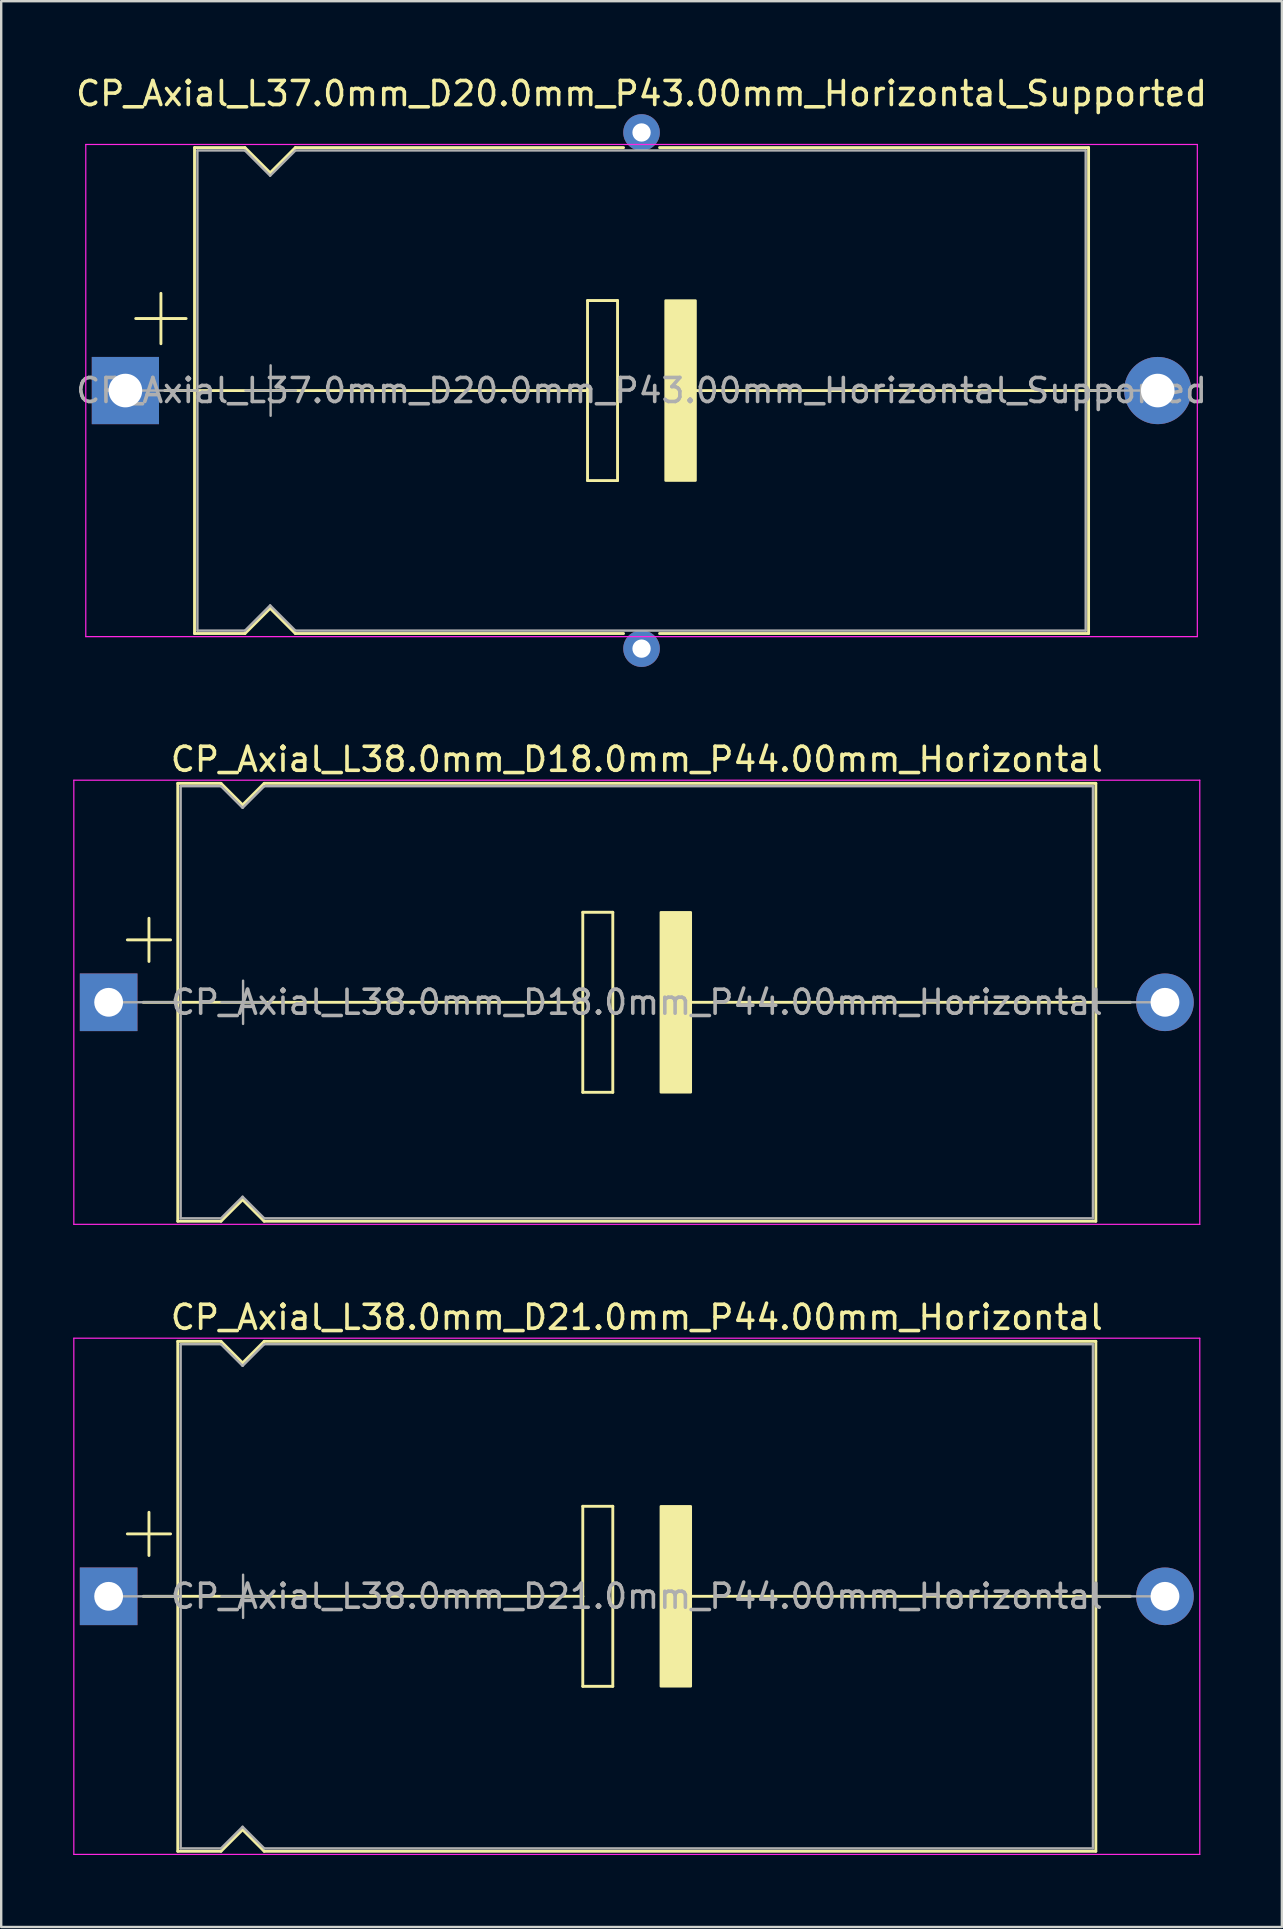
<source format=kicad_pcb>
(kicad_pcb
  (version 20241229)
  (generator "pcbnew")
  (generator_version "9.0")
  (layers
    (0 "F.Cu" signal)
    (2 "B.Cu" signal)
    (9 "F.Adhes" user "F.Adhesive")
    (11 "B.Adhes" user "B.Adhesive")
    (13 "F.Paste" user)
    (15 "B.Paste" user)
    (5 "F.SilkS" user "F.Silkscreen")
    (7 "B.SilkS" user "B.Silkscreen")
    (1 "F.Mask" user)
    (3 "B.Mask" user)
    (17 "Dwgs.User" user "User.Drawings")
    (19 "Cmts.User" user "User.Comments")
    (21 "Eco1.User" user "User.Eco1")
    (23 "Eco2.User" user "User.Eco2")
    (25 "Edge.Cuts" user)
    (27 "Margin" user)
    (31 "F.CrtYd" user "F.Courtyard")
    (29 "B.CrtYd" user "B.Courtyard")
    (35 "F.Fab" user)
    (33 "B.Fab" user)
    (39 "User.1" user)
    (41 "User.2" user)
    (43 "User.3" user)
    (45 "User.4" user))
  (footprint "CP_Axial_L38.0mm_D18.0mm_P44.00mm_Horizontal"
    (layer "F.Cu")
    (at 1.475 38.699)
    (property "Reference" "CP_Axial_L38.0mm_D18.0mm_P44.00mm_Horizontal" (at 22 -10.12 0) (layer "F.SilkS") (effects (font (size 1 1) (thickness 0.15))))
    (attr through_hole)
    (fp_line (start 0.78 -2.6) (end 2.58 -2.6) (stroke (width 0.12) (type solid)) (layer "F.SilkS"))
    (fp_line (start 1.44 0) (end 2.88 0) (stroke (width 0.12) (type solid)) (layer "F.SilkS"))
    (fp_line (start 1.68 -3.5) (end 1.68 -1.7) (stroke (width 0.12) (type solid)) (layer "F.SilkS"))
    (fp_line (start 2.88 -9.12) (end 2.88 9.12) (stroke (width 0.12) (type solid)) (layer "F.SilkS"))
    (fp_line (start 2.88 -9.12) (end 4.68 -9.12) (stroke (width 0.12) (type solid)) (layer "F.SilkS"))
    (fp_line (start 2.88 0) (end 19.75 0) (stroke (width 0.12) (type solid)) (layer "F.SilkS"))
    (fp_line (start 2.88 9.12) (end 4.68 9.12) (stroke (width 0.12) (type solid)) (layer "F.SilkS"))
    (fp_line (start 4.68 -9.12) (end 5.58 -8.22) (stroke (width 0.12) (type solid)) (layer "F.SilkS"))
    (fp_line (start 4.68 9.12) (end 5.58 8.22) (stroke (width 0.12) (type solid)) (layer "F.SilkS"))
    (fp_line (start 5.58 -8.22) (end 6.48 -9.12) (stroke (width 0.12) (type solid)) (layer "F.SilkS"))
    (fp_line (start 5.58 8.22) (end 6.48 9.12) (stroke (width 0.12) (type solid)) (layer "F.SilkS"))
    (fp_line (start 6.48 -9.12) (end 41.12 -9.12) (stroke (width 0.12) (type solid)) (layer "F.SilkS"))
    (fp_line (start 6.48 9.12) (end 41.12 9.12) (stroke (width 0.12) (type solid)) (layer "F.SilkS"))
    (fp_line (start 19.75 -3.75) (end 21 -3.75) (stroke (width 0.12) (type solid)) (layer "F.SilkS"))
    (fp_line (start 19.75 0) (end 19.75 -3.75) (stroke (width 0.12) (type solid)) (layer "F.SilkS"))
    (fp_line (start 19.75 3.75) (end 19.75 0) (stroke (width 0.12) (type solid)) (layer "F.SilkS"))
    (fp_line (start 21 -3.75) (end 21 3.75) (stroke (width 0.12) (type solid)) (layer "F.SilkS"))
    (fp_line (start 21 3.75) (end 19.75 3.75) (stroke (width 0.12) (type solid)) (layer "F.SilkS"))
    (fp_line (start 24.25 0) (end 41.12 0) (stroke (width 0.12) (type solid)) (layer "F.SilkS"))
    (fp_line (start 41.12 -9.12) (end 41.12 9.12) (stroke (width 0.12) (type solid)) (layer "F.SilkS"))
    (fp_line (start 42.56 0) (end 41.12 0) (stroke (width 0.12) (type solid)) (layer "F.SilkS"))
    (fp_poly (pts (xy 24.25 3.75) (xy 23 3.75) (xy 23 -3.75) (xy 24.25 -3.75)) (stroke (width 0.1) (type solid)) (fill yes) (layer "F.SilkS"))
    (fp_line (start -1.45 -9.25) (end -1.45 9.25) (stroke (width 0.05) (type solid)) (layer "F.CrtYd"))
    (fp_line (start -1.45 9.25) (end 45.45 9.25) (stroke (width 0.05) (type solid)) (layer "F.CrtYd"))
    (fp_line (start 45.45 -9.25) (end -1.45 -9.25) (stroke (width 0.05) (type solid)) (layer "F.CrtYd"))
    (fp_line (start 45.45 9.25) (end 45.45 -9.25) (stroke (width 0.05) (type solid)) (layer "F.CrtYd"))
    (fp_line (start 0 0) (end 3 0) (stroke (width 0.1) (type solid)) (layer "F.Fab"))
    (fp_line (start 3 -9) (end 3 9) (stroke (width 0.1) (type solid)) (layer "F.Fab"))
    (fp_line (start 3 -9) (end 4.68 -9) (stroke (width 0.1) (type solid)) (layer "F.Fab"))
    (fp_line (start 3 9) (end 4.68 9) (stroke (width 0.1) (type solid)) (layer "F.Fab"))
    (fp_line (start 4.68 -9) (end 5.58 -8.1) (stroke (width 0.1) (type solid)) (layer "F.Fab"))
    (fp_line (start 4.68 9) (end 5.58 8.1) (stroke (width 0.1) (type solid)) (layer "F.Fab"))
    (fp_line (start 4.7 0) (end 6.5 0) (stroke (width 0.1) (type solid)) (layer "F.Fab"))
    (fp_line (start 5.58 -8.1) (end 6.48 -9) (stroke (width 0.1) (type solid)) (layer "F.Fab"))
    (fp_line (start 5.58 8.1) (end 6.48 9) (stroke (width 0.1) (type solid)) (layer "F.Fab"))
    (fp_line (start 5.6 -0.9) (end 5.6 0.9) (stroke (width 0.1) (type solid)) (layer "F.Fab"))
    (fp_line (start 6.48 -9) (end 41 -9) (stroke (width 0.1) (type solid)) (layer "F.Fab"))
    (fp_line (start 6.48 9) (end 41 9) (stroke (width 0.1) (type solid)) (layer "F.Fab"))
    (fp_line (start 41 -9) (end 41 9) (stroke (width 0.1) (type solid)) (layer "F.Fab"))
    (fp_line (start 44 0) (end 41 0) (stroke (width 0.1) (type solid)) (layer "F.Fab"))
    (fp_text user "${REFERENCE}" (at 22 0 0) (layer "F.Fab") (effects (font (size 1 1) (thickness 0.15))))
    (pad "1" thru_hole rect (at 0 0) (size 2.4 2.4) (drill 1.2) (layers "*.Cu" "*.Mask"))
    (pad "2" thru_hole oval (at 44 0) (size 2.4 2.4) (drill 1.2) (layers "*.Cu" "*.Mask")))
  (footprint "CP_Axial_L37.0mm_D20.0mm_P43.00mm_Horizontal_Supported"
    (layer "F.Cu")
    (at 2.173 13.218)
    (property "Reference" "CP_Axial_L37.0mm_D20.0mm_P43.00mm_Horizontal_Supported" (at 21.5 -12.37 0) (layer "F.SilkS") (effects (font (size 1 1) (thickness 0.15))))
    (attr through_hole)
    (fp_line (start 0.43 -3) (end 2.53 -3) (stroke (width 0.12) (type solid)) (layer "F.SilkS"))
    (fp_line (start 1.48 -4.05) (end 1.48 -1.95) (stroke (width 0.12) (type solid)) (layer "F.SilkS"))
    (fp_line (start 1.64 0) (end 2.88 0) (stroke (width 0.12) (type solid)) (layer "F.SilkS"))
    (fp_line (start 2.88 -10.12) (end 2.88 10.12) (stroke (width 0.12) (type solid)) (layer "F.SilkS"))
    (fp_line (start 2.88 -10.12) (end 4.98 -10.12) (stroke (width 0.12) (type solid)) (layer "F.SilkS"))
    (fp_line (start 2.88 0) (end 19.25 0) (stroke (width 0.12) (type solid)) (layer "F.SilkS"))
    (fp_line (start 2.88 10.12) (end 4.98 10.12) (stroke (width 0.12) (type solid)) (layer "F.SilkS"))
    (fp_line (start 4.98 -10.12) (end 6.03 -9.07) (stroke (width 0.12) (type solid)) (layer "F.SilkS"))
    (fp_line (start 4.98 10.12) (end 6.03 9.07) (stroke (width 0.12) (type solid)) (layer "F.SilkS"))
    (fp_line (start 6.03 -9.07) (end 7.08 -10.12) (stroke (width 0.12) (type solid)) (layer "F.SilkS"))
    (fp_line (start 6.03 9.07) (end 7.08 10.12) (stroke (width 0.12) (type solid)) (layer "F.SilkS"))
    (fp_line (start 7.08 -10.12) (end 20.75 -10.12) (stroke (width 0.12) (type solid)) (layer "F.SilkS"))
    (fp_line (start 7.08 10.12) (end 20.75 10.12) (stroke (width 0.12) (type solid)) (layer "F.SilkS"))
    (fp_line (start 19.25 -3.75) (end 20.5 -3.75) (stroke (width 0.12) (type solid)) (layer "F.SilkS"))
    (fp_line (start 19.25 0) (end 19.25 -3.75) (stroke (width 0.12) (type solid)) (layer "F.SilkS"))
    (fp_line (start 19.25 3.75) (end 19.25 0) (stroke (width 0.12) (type solid)) (layer "F.SilkS"))
    (fp_line (start 20.5 -3.75) (end 20.5 3.75) (stroke (width 0.12) (type solid)) (layer "F.SilkS"))
    (fp_line (start 20.5 3.75) (end 19.25 3.75) (stroke (width 0.12) (type solid)) (layer "F.SilkS"))
    (fp_line (start 22.25 -10.12) (end 40.12 -10.12) (stroke (width 0.12) (type solid)) (layer "F.SilkS"))
    (fp_line (start 22.25 10.12) (end 40.12 10.12) (stroke (width 0.12) (type solid)) (layer "F.SilkS"))
    (fp_line (start 23.75 0) (end 40.12 0) (stroke (width 0.12) (type solid)) (layer "F.SilkS"))
    (fp_line (start 40.12 -10.12) (end 40.12 10.12) (stroke (width 0.12) (type solid)) (layer "F.SilkS"))
    (fp_line (start 41.36 0) (end 40.12 0) (stroke (width 0.12) (type solid)) (layer "F.SilkS"))
    (fp_poly (pts (xy 23.75 3.75) (xy 22.5 3.75) (xy 22.5 -3.75) (xy 23.75 -3.75)) (stroke (width 0.1) (type solid)) (fill yes) (layer "F.SilkS"))
    (fp_line (start -1.65 -10.25) (end -1.65 10.25) (stroke (width 0.05) (type solid)) (layer "F.CrtYd"))
    (fp_line (start -1.65 10.25) (end 44.65 10.25) (stroke (width 0.05) (type solid)) (layer "F.CrtYd"))
    (fp_line (start 44.65 -10.25) (end -1.65 -10.25) (stroke (width 0.05) (type solid)) (layer "F.CrtYd"))
    (fp_line (start 44.65 10.25) (end 44.65 -10.25) (stroke (width 0.05) (type solid)) (layer "F.CrtYd"))
    (fp_line (start 0 0) (end 3 0) (stroke (width 0.1) (type solid)) (layer "F.Fab"))
    (fp_line (start 3 -10) (end 3 10) (stroke (width 0.1) (type solid)) (layer "F.Fab"))
    (fp_line (start 3 -10) (end 4.98 -10) (stroke (width 0.1) (type solid)) (layer "F.Fab"))
    (fp_line (start 3 10) (end 4.98 10) (stroke (width 0.1) (type solid)) (layer "F.Fab"))
    (fp_line (start 4.98 -10) (end 6.03 -8.95) (stroke (width 0.1) (type solid)) (layer "F.Fab"))
    (fp_line (start 4.98 10) (end 6.03 8.95) (stroke (width 0.1) (type solid)) (layer "F.Fab"))
    (fp_line (start 5 0) (end 7.1 0) (stroke (width 0.1) (type solid)) (layer "F.Fab"))
    (fp_line (start 6.03 -8.95) (end 7.08 -10) (stroke (width 0.1) (type solid)) (layer "F.Fab"))
    (fp_line (start 6.03 8.95) (end 7.08 10) (stroke (width 0.1) (type solid)) (layer "F.Fab"))
    (fp_line (start 6.05 -1.05) (end 6.05 1.05) (stroke (width 0.1) (type solid)) (layer "F.Fab"))
    (fp_line (start 7.08 -10) (end 40 -10) (stroke (width 0.1) (type solid)) (layer "F.Fab"))
    (fp_line (start 7.08 10) (end 40 10) (stroke (width 0.1) (type solid)) (layer "F.Fab"))
    (fp_line (start 40 -10) (end 40 10) (stroke (width 0.1) (type solid)) (layer "F.Fab"))
    (fp_line (start 43 0) (end 40 0) (stroke (width 0.1) (type solid)) (layer "F.Fab"))
    (fp_text user "${REFERENCE}" (at 21.5 0 0) (layer "F.Fab") (effects (font (size 1 1) (thickness 0.15))))
    (pad "" thru_hole circle (at 21.5 -10.75) (size 1.524 1.524) (drill 0.762) (layers "*.Cu" "*.Mask"))
    (pad "" thru_hole circle (at 21.5 10.75) (size 1.524 1.524) (drill 0.762) (layers "*.Cu" "*.Mask"))
    (pad "1" thru_hole rect (at 0 0) (size 2.8 2.8) (drill 1.4) (layers "*.Cu" "*.Mask"))
    (pad "2" thru_hole oval (at 43 0) (size 2.8 2.8) (drill 1.4) (layers "*.Cu" "*.Mask")))
  (footprint "CP_Axial_L38.0mm_D21.0mm_P44.00mm_Horizontal"
    (layer "F.Cu")
    (at 1.475 63.442)
    (property "Reference" "CP_Axial_L38.0mm_D21.0mm_P44.00mm_Horizontal" (at 22 -11.62 0) (layer "F.SilkS") (effects (font (size 1 1) (thickness 0.15))))
    (attr through_hole)
    (fp_line (start 0.78 -2.6) (end 2.58 -2.6) (stroke (width 0.12) (type solid)) (layer "F.SilkS"))
    (fp_line (start 1.44 0) (end 2.88 0) (stroke (width 0.12) (type solid)) (layer "F.SilkS"))
    (fp_line (start 1.68 -3.5) (end 1.68 -1.7) (stroke (width 0.12) (type solid)) (layer "F.SilkS"))
    (fp_line (start 2.88 -10.62) (end 2.88 10.62) (stroke (width 0.12) (type solid)) (layer "F.SilkS"))
    (fp_line (start 2.88 -10.62) (end 4.68 -10.62) (stroke (width 0.12) (type solid)) (layer "F.SilkS"))
    (fp_line (start 2.88 0) (end 19.75 0) (stroke (width 0.12) (type solid)) (layer "F.SilkS"))
    (fp_line (start 2.88 10.62) (end 4.68 10.62) (stroke (width 0.12) (type solid)) (layer "F.SilkS"))
    (fp_line (start 4.68 -10.62) (end 5.58 -9.72) (stroke (width 0.12) (type solid)) (layer "F.SilkS"))
    (fp_line (start 4.68 10.62) (end 5.58 9.72) (stroke (width 0.12) (type solid)) (layer "F.SilkS"))
    (fp_line (start 5.58 -9.72) (end 6.48 -10.62) (stroke (width 0.12) (type solid)) (layer "F.SilkS"))
    (fp_line (start 5.58 9.72) (end 6.48 10.62) (stroke (width 0.12) (type solid)) (layer "F.SilkS"))
    (fp_line (start 6.48 -10.62) (end 41.12 -10.62) (stroke (width 0.12) (type solid)) (layer "F.SilkS"))
    (fp_line (start 6.48 10.62) (end 41.12 10.62) (stroke (width 0.12) (type solid)) (layer "F.SilkS"))
    (fp_line (start 19.75 -3.75) (end 21 -3.75) (stroke (width 0.12) (type solid)) (layer "F.SilkS"))
    (fp_line (start 19.75 0) (end 19.75 -3.75) (stroke (width 0.12) (type solid)) (layer "F.SilkS"))
    (fp_line (start 19.75 3.75) (end 19.75 0) (stroke (width 0.12) (type solid)) (layer "F.SilkS"))
    (fp_line (start 21 -3.75) (end 21 3.75) (stroke (width 0.12) (type solid)) (layer "F.SilkS"))
    (fp_line (start 21 3.75) (end 19.75 3.75) (stroke (width 0.12) (type solid)) (layer "F.SilkS"))
    (fp_line (start 24.25 0) (end 41.12 0) (stroke (width 0.12) (type solid)) (layer "F.SilkS"))
    (fp_line (start 41.12 -10.62) (end 41.12 10.62) (stroke (width 0.12) (type solid)) (layer "F.SilkS"))
    (fp_line (start 42.56 0) (end 41.12 0) (stroke (width 0.12) (type solid)) (layer "F.SilkS"))
    (fp_poly (pts (xy 24.25 3.75) (xy 23 3.75) (xy 23 -3.75) (xy 24.25 -3.75)) (stroke (width 0.1) (type solid)) (fill yes) (layer "F.SilkS"))
    (fp_line (start -1.45 -10.75) (end -1.45 10.75) (stroke (width 0.05) (type solid)) (layer "F.CrtYd"))
    (fp_line (start -1.45 10.75) (end 45.45 10.75) (stroke (width 0.05) (type solid)) (layer "F.CrtYd"))
    (fp_line (start 45.45 -10.75) (end -1.45 -10.75) (stroke (width 0.05) (type solid)) (layer "F.CrtYd"))
    (fp_line (start 45.45 10.75) (end 45.45 -10.75) (stroke (width 0.05) (type solid)) (layer "F.CrtYd"))
    (fp_line (start 0 0) (end 3 0) (stroke (width 0.1) (type solid)) (layer "F.Fab"))
    (fp_line (start 3 -10.5) (end 3 10.5) (stroke (width 0.1) (type solid)) (layer "F.Fab"))
    (fp_line (start 3 -10.5) (end 4.68 -10.5) (stroke (width 0.1) (type solid)) (layer "F.Fab"))
    (fp_line (start 3 10.5) (end 4.68 10.5) (stroke (width 0.1) (type solid)) (layer "F.Fab"))
    (fp_line (start 4.68 -10.5) (end 5.58 -9.6) (stroke (width 0.1) (type solid)) (layer "F.Fab"))
    (fp_line (start 4.68 10.5) (end 5.58 9.6) (stroke (width 0.1) (type solid)) (layer "F.Fab"))
    (fp_line (start 4.7 0) (end 6.5 0) (stroke (width 0.1) (type solid)) (layer "F.Fab"))
    (fp_line (start 5.58 -9.6) (end 6.48 -10.5) (stroke (width 0.1) (type solid)) (layer "F.Fab"))
    (fp_line (start 5.58 9.6) (end 6.48 10.5) (stroke (width 0.1) (type solid)) (layer "F.Fab"))
    (fp_line (start 5.6 -0.9) (end 5.6 0.9) (stroke (width 0.1) (type solid)) (layer "F.Fab"))
    (fp_line (start 6.48 -10.5) (end 41 -10.5) (stroke (width 0.1) (type solid)) (layer "F.Fab"))
    (fp_line (start 6.48 10.5) (end 41 10.5) (stroke (width 0.1) (type solid)) (layer "F.Fab"))
    (fp_line (start 41 -10.5) (end 41 10.5) (stroke (width 0.1) (type solid)) (layer "F.Fab"))
    (fp_line (start 44 0) (end 41 0) (stroke (width 0.1) (type solid)) (layer "F.Fab"))
    (fp_text user "${REFERENCE}" (at 22 0 0) (layer "F.Fab") (effects (font (size 1 1) (thickness 0.15))))
    (pad "1" thru_hole rect (at 0 0) (size 2.4 2.4) (drill 1.2) (layers "*.Cu" "*.Mask"))
    (pad "2" thru_hole oval (at 44 0) (size 2.4 2.4) (drill 1.2) (layers "*.Cu" "*.Mask")))
  (gr_rect
    (start -3 -3)
    (end 50.345 77.217)
    (stroke (width 0.1) (type default))
    (fill no)
    (layer "Edge.Cuts")))
</source>
